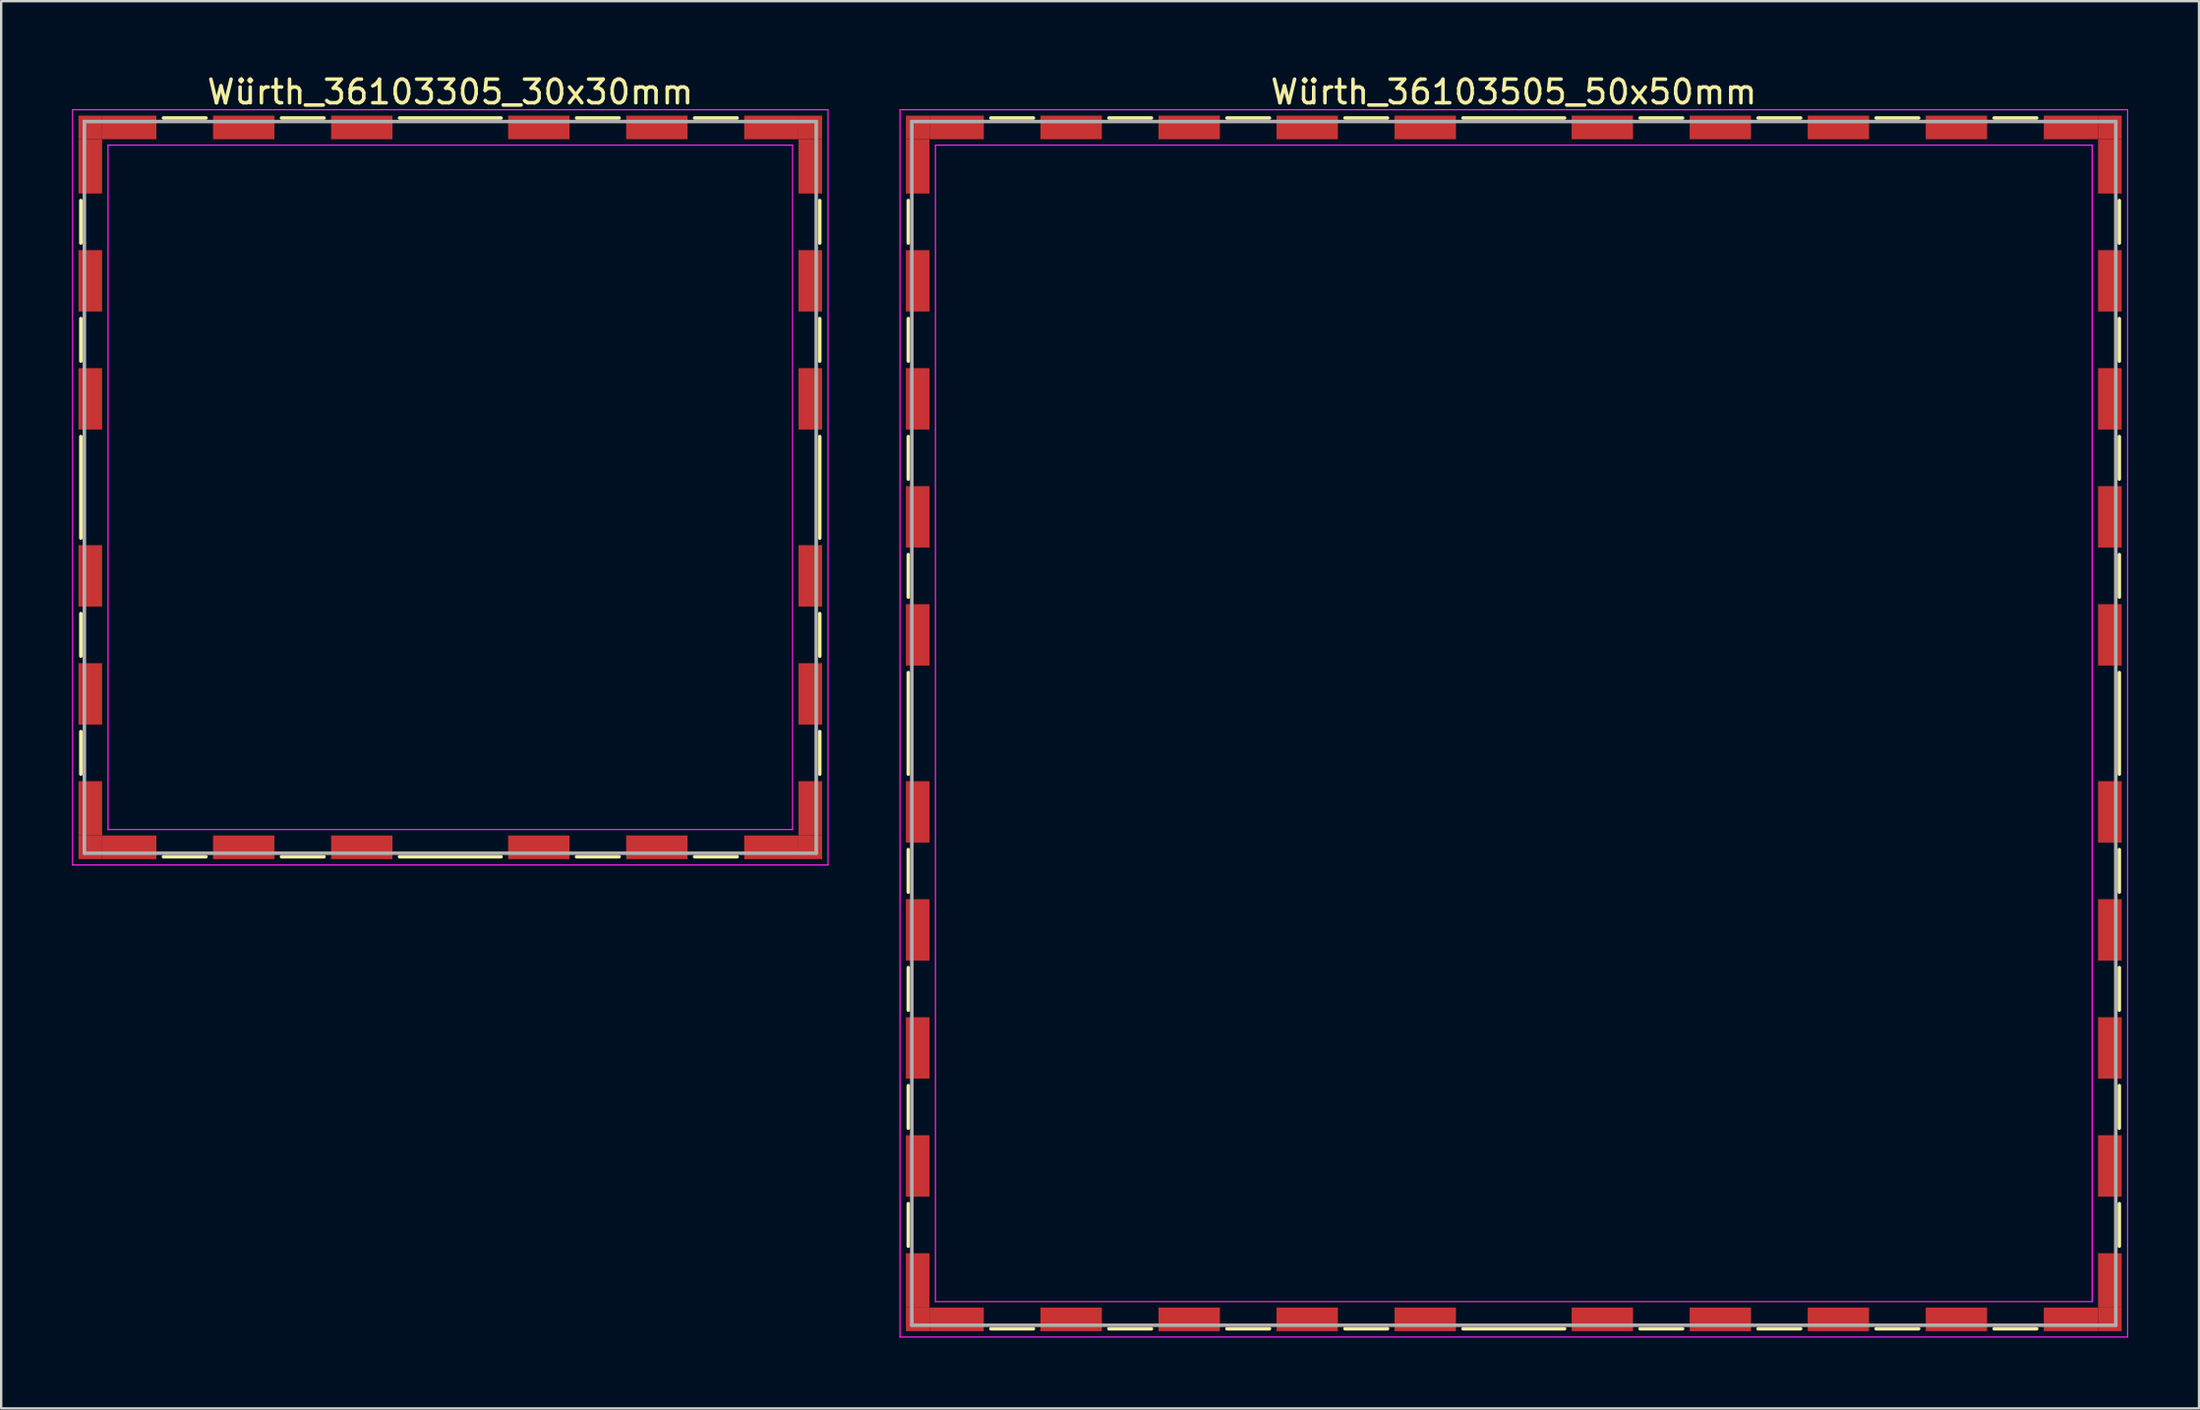
<source format=kicad_pcb>
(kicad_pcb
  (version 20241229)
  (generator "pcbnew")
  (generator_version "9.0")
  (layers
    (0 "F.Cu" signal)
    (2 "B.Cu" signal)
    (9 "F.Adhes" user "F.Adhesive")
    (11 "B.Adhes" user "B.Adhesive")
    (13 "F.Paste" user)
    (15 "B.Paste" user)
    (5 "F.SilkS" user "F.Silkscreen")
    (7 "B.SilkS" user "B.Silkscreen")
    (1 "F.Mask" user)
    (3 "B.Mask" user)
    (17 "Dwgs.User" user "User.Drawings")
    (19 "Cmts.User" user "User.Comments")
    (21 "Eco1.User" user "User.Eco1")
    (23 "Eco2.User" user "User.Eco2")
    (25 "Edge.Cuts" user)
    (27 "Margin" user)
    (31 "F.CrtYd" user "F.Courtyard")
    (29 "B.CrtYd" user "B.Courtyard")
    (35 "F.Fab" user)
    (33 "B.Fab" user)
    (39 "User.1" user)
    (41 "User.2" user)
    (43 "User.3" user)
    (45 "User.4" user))
  (footprint "Würth_36103305_30x30mm"
    (layer "F.Cu")
    (at 16.025 17.598)
    (property "Reference" "Würth_36103305_30x30mm" (at 0 -16.75 0) (layer "F.SilkS") (effects (font (size 1 1) (thickness 0.15))))
    (attr smd)
    (fp_line (start -15.65 -12.15) (end -15.65 -10.35) (stroke (width 0.15) (type solid)) (layer "F.SilkS"))
    (fp_line (start -15.65 -7.15) (end -15.65 -5.35) (stroke (width 0.15) (type solid)) (layer "F.SilkS"))
    (fp_line (start -15.65 -2.15) (end -15.65 2.15) (stroke (width 0.15) (type solid)) (layer "F.SilkS"))
    (fp_line (start -15.65 5.35) (end -15.65 7.15) (stroke (width 0.15) (type solid)) (layer "F.SilkS"))
    (fp_line (start -15.65 10.35) (end -15.65 12.15) (stroke (width 0.15) (type solid)) (layer "F.SilkS"))
    (fp_line (start -12.15 -15.65) (end -10.35 -15.65) (stroke (width 0.15) (type solid)) (layer "F.SilkS"))
    (fp_line (start -12.15 15.65) (end -10.35 15.65) (stroke (width 0.15) (type solid)) (layer "F.SilkS"))
    (fp_line (start -7.15 -15.65) (end -5.35 -15.65) (stroke (width 0.15) (type solid)) (layer "F.SilkS"))
    (fp_line (start -7.15 15.65) (end -5.35 15.65) (stroke (width 0.15) (type solid)) (layer "F.SilkS"))
    (fp_line (start -2.15 -15.65) (end 2.15 -15.65) (stroke (width 0.15) (type solid)) (layer "F.SilkS"))
    (fp_line (start -2.15 15.65) (end 2.15 15.65) (stroke (width 0.15) (type solid)) (layer "F.SilkS"))
    (fp_line (start 5.35 -15.65) (end 7.15 -15.65) (stroke (width 0.15) (type solid)) (layer "F.SilkS"))
    (fp_line (start 5.35 15.65) (end 7.15 15.65) (stroke (width 0.15) (type solid)) (layer "F.SilkS"))
    (fp_line (start 10.35 -15.65) (end 12.15 -15.65) (stroke (width 0.15) (type solid)) (layer "F.SilkS"))
    (fp_line (start 10.35 15.65) (end 12.15 15.65) (stroke (width 0.15) (type solid)) (layer "F.SilkS"))
    (fp_line (start 15.65 -12.15) (end 15.65 -10.35) (stroke (width 0.15) (type solid)) (layer "F.SilkS"))
    (fp_line (start 15.65 -7.15) (end 15.65 -5.35) (stroke (width 0.15) (type solid)) (layer "F.SilkS"))
    (fp_line (start 15.65 -2.15) (end 15.65 2.15) (stroke (width 0.15) (type solid)) (layer "F.SilkS"))
    (fp_line (start 15.65 5.35) (end 15.65 7.15) (stroke (width 0.15) (type solid)) (layer "F.SilkS"))
    (fp_line (start 15.65 10.35) (end 15.65 12.15) (stroke (width 0.15) (type solid)) (layer "F.SilkS"))
    (fp_line (start -16 -16) (end -16 16) (stroke (width 0.05) (type solid)) (layer "F.CrtYd"))
    (fp_line (start -16 16) (end 16 16) (stroke (width 0.05) (type solid)) (layer "F.CrtYd"))
    (fp_line (start -14.5 -14.5) (end -14.5 14.5) (stroke (width 0.05) (type solid)) (layer "F.CrtYd"))
    (fp_line (start -14.5 14.5) (end 14.5 14.5) (stroke (width 0.05) (type solid)) (layer "F.CrtYd"))
    (fp_line (start 14.5 -14.5) (end -14.5 -14.5) (stroke (width 0.05) (type solid)) (layer "F.CrtYd"))
    (fp_line (start 14.5 14.5) (end 14.5 -14.5) (stroke (width 0.05) (type solid)) (layer "F.CrtYd"))
    (fp_line (start 16 -16) (end -16 -16) (stroke (width 0.05) (type solid)) (layer "F.CrtYd"))
    (fp_line (start 16 16) (end 16 -16) (stroke (width 0.05) (type solid)) (layer "F.CrtYd"))
    (fp_line (start -15.5 -15.5) (end -15.5 15.5) (stroke (width 0.15) (type solid)) (layer "F.Fab"))
    (fp_line (start -15.5 15.5) (end 15.5 15.5) (stroke (width 0.15) (type solid)) (layer "F.Fab"))
    (fp_line (start 15.5 -15.5) (end -15.5 -15.5) (stroke (width 0.15) (type solid)) (layer "F.Fab"))
    (fp_line (start 15.5 15.5) (end 15.5 -15.5) (stroke (width 0.15) (type solid)) (layer "F.Fab"))
    (pad "1" smd rect (at -15.25 -15.25) (size 1 1) (layers "F.Cu" "F.Mask"))
    (pad "1" smd rect (at -15.25 -13.6) (size 1 2.3) (layers "F.Cu" "F.Mask"))
    (pad "1" smd rect (at -15.25 -8.75) (size 1 2.6) (layers "F.Cu" "F.Mask"))
    (pad "1" smd rect (at -15.25 -3.75) (size 1 2.6) (layers "F.Cu" "F.Mask"))
    (pad "1" smd rect (at -15.25 3.75) (size 1 2.6) (layers "F.Cu" "F.Mask"))
    (pad "1" smd rect (at -15.25 8.75) (size 1 2.6) (layers "F.Cu" "F.Mask"))
    (pad "1" smd rect (at -15.25 13.6) (size 1 2.3) (layers "F.Cu" "F.Mask"))
    (pad "1" smd rect (at -15.25 15.25) (size 1 1) (layers "F.Cu" "F.Mask"))
    (pad "1" smd rect (at -13.6 -15.25) (size 2.3 1) (layers "F.Cu" "F.Mask"))
    (pad "1" smd rect (at -13.6 15.25) (size 2.3 1) (layers "F.Cu" "F.Mask"))
    (pad "1" smd rect (at -8.75 -15.25) (size 2.6 1) (layers "F.Cu" "F.Mask"))
    (pad "1" smd rect (at -8.75 15.25) (size 2.6 1) (layers "F.Cu" "F.Mask"))
    (pad "1" smd rect (at -3.75 -15.25) (size 2.6 1) (layers "F.Cu" "F.Mask"))
    (pad "1" smd rect (at -3.75 15.25) (size 2.6 1) (layers "F.Cu" "F.Mask"))
    (pad "1" smd rect (at 3.75 -15.25) (size 2.6 1) (layers "F.Cu" "F.Mask"))
    (pad "1" smd rect (at 3.75 15.25) (size 2.6 1) (layers "F.Cu" "F.Mask"))
    (pad "1" smd rect (at 8.75 -15.25) (size 2.6 1) (layers "F.Cu" "F.Mask"))
    (pad "1" smd rect (at 8.75 15.25) (size 2.6 1) (layers "F.Cu" "F.Mask"))
    (pad "1" smd rect (at 13.6 -15.25) (size 2.3 1) (layers "F.Cu" "F.Mask"))
    (pad "1" smd rect (at 13.6 15.25) (size 2.3 1) (layers "F.Cu" "F.Mask"))
    (pad "1" smd rect (at 15.25 -15.25) (size 1 1) (layers "F.Cu" "F.Mask"))
    (pad "1" smd rect (at 15.25 -13.6) (size 1 2.3) (layers "F.Cu" "F.Mask"))
    (pad "1" smd rect (at 15.25 -8.75) (size 1 2.6) (layers "F.Cu" "F.Mask"))
    (pad "1" smd rect (at 15.25 -3.75) (size 1 2.6) (layers "F.Cu" "F.Mask"))
    (pad "1" smd rect (at 15.25 3.75) (size 1 2.6) (layers "F.Cu" "F.Mask"))
    (pad "1" smd rect (at 15.25 8.75) (size 1 2.6) (layers "F.Cu" "F.Mask"))
    (pad "1" smd rect (at 15.25 13.6) (size 1 2.3) (layers "F.Cu" "F.Mask"))
    (pad "1" smd rect (at 15.25 15.25) (size 1 1) (layers "F.Cu" "F.Mask")))
  (footprint "Würth_36103505_50x50mm"
    (layer "F.Cu")
    (at 61.075 27.598)
    (property "Reference" "Würth_36103505_50x50mm" (at 0 -26.75 0) (layer "F.SilkS") (effects (font (size 1 1) (thickness 0.15))))
    (attr smd)
    (fp_line (start -25.65 -22.15) (end -25.65 -20.35) (stroke (width 0.15) (type solid)) (layer "F.SilkS"))
    (fp_line (start -25.65 -17.15) (end -25.65 -15.35) (stroke (width 0.15) (type solid)) (layer "F.SilkS"))
    (fp_line (start -25.65 -12.15) (end -25.65 -10.35) (stroke (width 0.15) (type solid)) (layer "F.SilkS"))
    (fp_line (start -25.65 -7.15) (end -25.65 -5.35) (stroke (width 0.15) (type solid)) (layer "F.SilkS"))
    (fp_line (start -25.65 -2.15) (end -25.65 2.15) (stroke (width 0.15) (type solid)) (layer "F.SilkS"))
    (fp_line (start -25.65 5.35) (end -25.65 7.15) (stroke (width 0.15) (type solid)) (layer "F.SilkS"))
    (fp_line (start -25.65 10.35) (end -25.65 12.15) (stroke (width 0.15) (type solid)) (layer "F.SilkS"))
    (fp_line (start -25.65 15.35) (end -25.65 17.15) (stroke (width 0.15) (type solid)) (layer "F.SilkS"))
    (fp_line (start -25.65 20.35) (end -25.65 22.15) (stroke (width 0.15) (type solid)) (layer "F.SilkS"))
    (fp_line (start -22.15 -25.65) (end -20.35 -25.65) (stroke (width 0.15) (type solid)) (layer "F.SilkS"))
    (fp_line (start -22.15 25.65) (end -20.35 25.65) (stroke (width 0.15) (type solid)) (layer "F.SilkS"))
    (fp_line (start -17.15 -25.65) (end -15.35 -25.65) (stroke (width 0.15) (type solid)) (layer "F.SilkS"))
    (fp_line (start -17.15 25.65) (end -15.35 25.65) (stroke (width 0.15) (type solid)) (layer "F.SilkS"))
    (fp_line (start -12.15 -25.65) (end -10.35 -25.65) (stroke (width 0.15) (type solid)) (layer "F.SilkS"))
    (fp_line (start -12.15 25.65) (end -10.35 25.65) (stroke (width 0.15) (type solid)) (layer "F.SilkS"))
    (fp_line (start -7.15 -25.65) (end -5.35 -25.65) (stroke (width 0.15) (type solid)) (layer "F.SilkS"))
    (fp_line (start -7.15 25.65) (end -5.35 25.65) (stroke (width 0.15) (type solid)) (layer "F.SilkS"))
    (fp_line (start -2.15 -25.65) (end 2.15 -25.65) (stroke (width 0.15) (type solid)) (layer "F.SilkS"))
    (fp_line (start -2.15 25.65) (end 2.15 25.65) (stroke (width 0.15) (type solid)) (layer "F.SilkS"))
    (fp_line (start 5.35 -25.65) (end 7.15 -25.65) (stroke (width 0.15) (type solid)) (layer "F.SilkS"))
    (fp_line (start 5.35 25.65) (end 7.15 25.65) (stroke (width 0.15) (type solid)) (layer "F.SilkS"))
    (fp_line (start 10.35 -25.65) (end 12.15 -25.65) (stroke (width 0.15) (type solid)) (layer "F.SilkS"))
    (fp_line (start 10.35 25.65) (end 12.15 25.65) (stroke (width 0.15) (type solid)) (layer "F.SilkS"))
    (fp_line (start 15.35 -25.65) (end 17.15 -25.65) (stroke (width 0.15) (type solid)) (layer "F.SilkS"))
    (fp_line (start 15.35 25.65) (end 17.15 25.65) (stroke (width 0.15) (type solid)) (layer "F.SilkS"))
    (fp_line (start 20.35 -25.65) (end 22.15 -25.65) (stroke (width 0.15) (type solid)) (layer "F.SilkS"))
    (fp_line (start 20.35 25.65) (end 22.15 25.65) (stroke (width 0.15) (type solid)) (layer "F.SilkS"))
    (fp_line (start 25.65 -22.15) (end 25.65 -20.35) (stroke (width 0.15) (type solid)) (layer "F.SilkS"))
    (fp_line (start 25.65 -17.15) (end 25.65 -15.35) (stroke (width 0.15) (type solid)) (layer "F.SilkS"))
    (fp_line (start 25.65 -12.15) (end 25.65 -10.35) (stroke (width 0.15) (type solid)) (layer "F.SilkS"))
    (fp_line (start 25.65 -7.15) (end 25.65 -5.35) (stroke (width 0.15) (type solid)) (layer "F.SilkS"))
    (fp_line (start 25.65 -2.15) (end 25.65 2.15) (stroke (width 0.15) (type solid)) (layer "F.SilkS"))
    (fp_line (start 25.65 5.35) (end 25.65 7.15) (stroke (width 0.15) (type solid)) (layer "F.SilkS"))
    (fp_line (start 25.65 10.35) (end 25.65 12.15) (stroke (width 0.15) (type solid)) (layer "F.SilkS"))
    (fp_line (start 25.65 15.35) (end 25.65 17.15) (stroke (width 0.15) (type solid)) (layer "F.SilkS"))
    (fp_line (start 25.65 20.35) (end 25.65 22.15) (stroke (width 0.15) (type solid)) (layer "F.SilkS"))
    (fp_line (start -26 -26) (end -26 26) (stroke (width 0.05) (type solid)) (layer "F.CrtYd"))
    (fp_line (start -26 26) (end 26 26) (stroke (width 0.05) (type solid)) (layer "F.CrtYd"))
    (fp_line (start -24.5 -24.5) (end -24.5 24.5) (stroke (width 0.05) (type solid)) (layer "F.CrtYd"))
    (fp_line (start -24.5 24.5) (end 24.5 24.5) (stroke (width 0.05) (type solid)) (layer "F.CrtYd"))
    (fp_line (start 24.5 -24.5) (end -24.5 -24.5) (stroke (width 0.05) (type solid)) (layer "F.CrtYd"))
    (fp_line (start 24.5 24.5) (end 24.5 -24.5) (stroke (width 0.05) (type solid)) (layer "F.CrtYd"))
    (fp_line (start 26 -26) (end -26 -26) (stroke (width 0.05) (type solid)) (layer "F.CrtYd"))
    (fp_line (start 26 26) (end 26 -26) (stroke (width 0.05) (type solid)) (layer "F.CrtYd"))
    (fp_line (start -25.5 -25.5) (end -25.5 25.5) (stroke (width 0.15) (type solid)) (layer "F.Fab"))
    (fp_line (start -25.5 25.5) (end 25.5 25.5) (stroke (width 0.15) (type solid)) (layer "F.Fab"))
    (fp_line (start 25.5 -25.5) (end -25.5 -25.5) (stroke (width 0.15) (type solid)) (layer "F.Fab"))
    (fp_line (start 25.5 25.5) (end 25.5 -25.5) (stroke (width 0.15) (type solid)) (layer "F.Fab"))
    (pad "1" smd rect (at -25.25 -25.25) (size 1 1) (layers "F.Cu" "F.Mask"))
    (pad "1" smd rect (at -25.25 -23.6) (size 1 2.3) (layers "F.Cu" "F.Mask"))
    (pad "1" smd rect (at -25.25 -18.75) (size 1 2.6) (layers "F.Cu" "F.Mask"))
    (pad "1" smd rect (at -25.25 -13.75) (size 1 2.6) (layers "F.Cu" "F.Mask"))
    (pad "1" smd rect (at -25.25 -8.75) (size 1 2.6) (layers "F.Cu" "F.Mask"))
    (pad "1" smd rect (at -25.25 -3.75) (size 1 2.6) (layers "F.Cu" "F.Mask"))
    (pad "1" smd rect (at -25.25 3.75) (size 1 2.6) (layers "F.Cu" "F.Mask"))
    (pad "1" smd rect (at -25.25 8.75) (size 1 2.6) (layers "F.Cu" "F.Mask"))
    (pad "1" smd rect (at -25.25 13.75) (size 1 2.6) (layers "F.Cu" "F.Mask"))
    (pad "1" smd rect (at -25.25 18.75) (size 1 2.6) (layers "F.Cu" "F.Mask"))
    (pad "1" smd rect (at -25.25 23.6) (size 1 2.3) (layers "F.Cu" "F.Mask"))
    (pad "1" smd rect (at -25.25 25.25) (size 1 1) (layers "F.Cu" "F.Mask"))
    (pad "1" smd rect (at -23.6 -25.25) (size 2.3 1) (layers "F.Cu" "F.Mask"))
    (pad "1" smd rect (at -23.6 25.25) (size 2.3 1) (layers "F.Cu" "F.Mask"))
    (pad "1" smd rect (at -18.75 -25.25) (size 2.6 1) (layers "F.Cu" "F.Mask"))
    (pad "1" smd rect (at -18.75 25.25) (size 2.6 1) (layers "F.Cu" "F.Mask"))
    (pad "1" smd rect (at -13.75 -25.25) (size 2.6 1) (layers "F.Cu" "F.Mask"))
    (pad "1" smd rect (at -13.75 25.25) (size 2.6 1) (layers "F.Cu" "F.Mask"))
    (pad "1" smd rect (at -8.75 -25.25) (size 2.6 1) (layers "F.Cu" "F.Mask"))
    (pad "1" smd rect (at -8.75 25.25) (size 2.6 1) (layers "F.Cu" "F.Mask"))
    (pad "1" smd rect (at -3.75 -25.25) (size 2.6 1) (layers "F.Cu" "F.Mask"))
    (pad "1" smd rect (at -3.75 25.25) (size 2.6 1) (layers "F.Cu" "F.Mask"))
    (pad "1" smd rect (at 3.75 -25.25) (size 2.6 1) (layers "F.Cu" "F.Mask"))
    (pad "1" smd rect (at 3.75 25.25) (size 2.6 1) (layers "F.Cu" "F.Mask"))
    (pad "1" smd rect (at 8.75 -25.25) (size 2.6 1) (layers "F.Cu" "F.Mask"))
    (pad "1" smd rect (at 8.75 25.25) (size 2.6 1) (layers "F.Cu" "F.Mask"))
    (pad "1" smd rect (at 13.75 -25.25) (size 2.6 1) (layers "F.Cu" "F.Mask"))
    (pad "1" smd rect (at 13.75 25.25) (size 2.6 1) (layers "F.Cu" "F.Mask"))
    (pad "1" smd rect (at 18.75 -25.25) (size 2.6 1) (layers "F.Cu" "F.Mask"))
    (pad "1" smd rect (at 18.75 25.25) (size 2.6 1) (layers "F.Cu" "F.Mask"))
    (pad "1" smd rect (at 23.6 -25.25) (size 2.3 1) (layers "F.Cu" "F.Mask"))
    (pad "1" smd rect (at 23.6 25.25) (size 2.3 1) (layers "F.Cu" "F.Mask"))
    (pad "1" smd rect (at 25.25 -25.25) (size 1 1) (layers "F.Cu" "F.Mask"))
    (pad "1" smd rect (at 25.25 -23.6) (size 1 2.3) (layers "F.Cu" "F.Mask"))
    (pad "1" smd rect (at 25.25 -18.75) (size 1 2.6) (layers "F.Cu" "F.Mask"))
    (pad "1" smd rect (at 25.25 -13.75) (size 1 2.6) (layers "F.Cu" "F.Mask"))
    (pad "1" smd rect (at 25.25 -8.75) (size 1 2.6) (layers "F.Cu" "F.Mask"))
    (pad "1" smd rect (at 25.25 -3.75) (size 1 2.6) (layers "F.Cu" "F.Mask"))
    (pad "1" smd rect (at 25.25 3.75) (size 1 2.6) (layers "F.Cu" "F.Mask"))
    (pad "1" smd rect (at 25.25 8.75) (size 1 2.6) (layers "F.Cu" "F.Mask"))
    (pad "1" smd rect (at 25.25 13.75) (size 1 2.6) (layers "F.Cu" "F.Mask"))
    (pad "1" smd rect (at 25.25 18.75) (size 1 2.6) (layers "F.Cu" "F.Mask"))
    (pad "1" smd rect (at 25.25 23.6) (size 1 2.3) (layers "F.Cu" "F.Mask"))
    (pad "1" smd rect (at 25.25 25.25) (size 1 1) (layers "F.Cu" "F.Mask")))
  (gr_rect
    (start -3 -3)
    (end 90.1 56.623)
    (stroke (width 0.1) (type default))
    (fill no)
    (layer "Edge.Cuts")))
</source>
